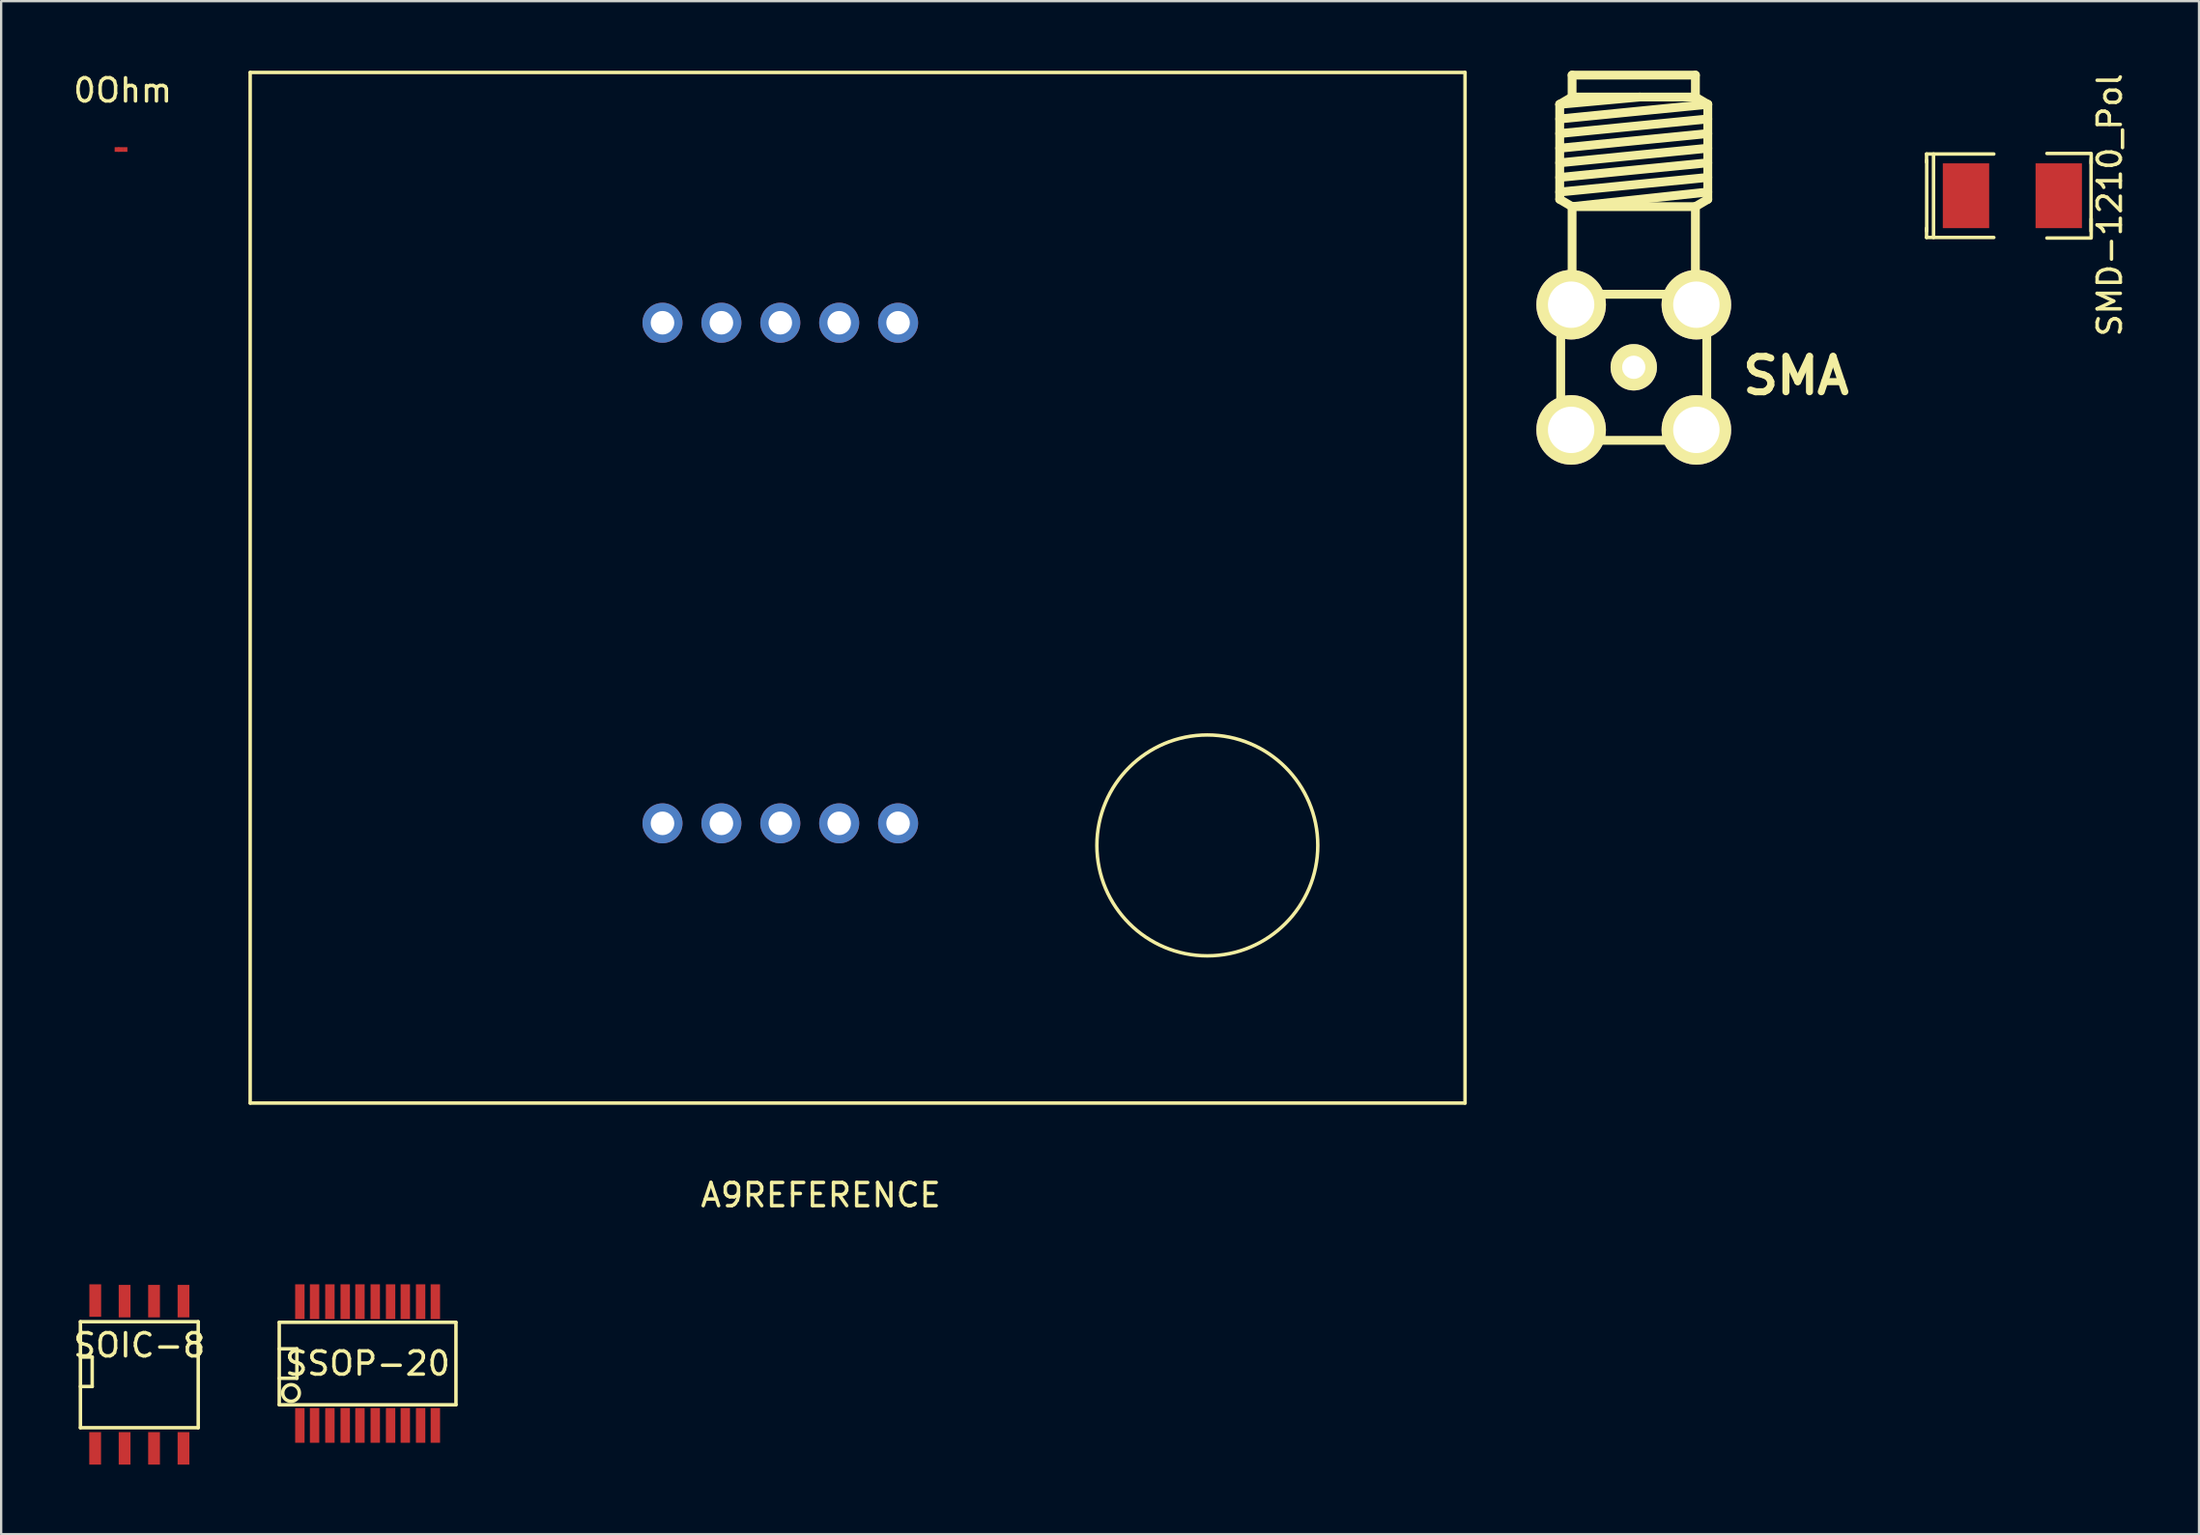
<source format=kicad_pcb>
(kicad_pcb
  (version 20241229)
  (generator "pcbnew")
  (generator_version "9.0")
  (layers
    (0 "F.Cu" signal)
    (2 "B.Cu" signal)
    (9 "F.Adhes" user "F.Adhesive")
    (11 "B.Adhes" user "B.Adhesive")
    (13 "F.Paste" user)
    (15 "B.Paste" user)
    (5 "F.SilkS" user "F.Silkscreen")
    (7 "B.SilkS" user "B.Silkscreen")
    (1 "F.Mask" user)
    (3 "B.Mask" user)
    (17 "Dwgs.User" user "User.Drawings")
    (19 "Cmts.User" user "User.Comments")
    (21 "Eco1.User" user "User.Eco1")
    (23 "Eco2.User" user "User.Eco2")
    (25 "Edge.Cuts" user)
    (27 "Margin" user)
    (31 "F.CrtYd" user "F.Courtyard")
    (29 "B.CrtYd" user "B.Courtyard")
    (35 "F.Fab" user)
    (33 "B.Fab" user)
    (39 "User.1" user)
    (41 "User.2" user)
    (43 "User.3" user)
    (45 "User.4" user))
  (footprint "SMA"
    (layer "F.Cu")
    (at 67.401 12.791)
    (property "Reference" "SMA" (at 6.998 0.365 0) (layer "F.SilkS") (effects (font (size 1.524 1.524) (thickness 0.305))))
    (attr through_hole)
    (fp_line (start -3.193 -11.341) (end -2.659 -11.656) (stroke (width 0.381) (type solid)) (layer "F.SilkS"))
    (fp_line (start -3.193 -11.341) (end 0.267 -11.656) (stroke (width 0.381) (type solid)) (layer "F.SilkS"))
    (fp_line (start -3.193 -10.711) (end 3.193 -11.341) (stroke (width 0.381) (type solid)) (layer "F.SilkS"))
    (fp_line (start -3.193 -10.081) (end 3.193 -10.711) (stroke (width 0.381) (type solid)) (layer "F.SilkS"))
    (fp_line (start -3.193 -9.449) (end 3.193 -10.081) (stroke (width 0.381) (type solid)) (layer "F.SilkS"))
    (fp_line (start -3.193 -8.819) (end 3.193 -9.449) (stroke (width 0.381) (type solid)) (layer "F.SilkS"))
    (fp_line (start -3.193 -8.189) (end 3.193 -8.819) (stroke (width 0.381) (type solid)) (layer "F.SilkS"))
    (fp_line (start -3.193 -7.559) (end 3.193 -8.189) (stroke (width 0.381) (type solid)) (layer "F.SilkS"))
    (fp_line (start -3.193 -7.244) (end -3.193 -11.341) (stroke (width 0.381) (type solid)) (layer "F.SilkS"))
    (fp_line (start -3.15 -3.15) (end 3.15 -3.15) (stroke (width 0.381) (type solid)) (layer "F.SilkS"))
    (fp_line (start -3.15 3.15) (end -3.15 -3.15) (stroke (width 0.381) (type solid)) (layer "F.SilkS"))
    (fp_line (start -2.659 -11.656) (end -2.659 -12.601) (stroke (width 0.381) (type solid)) (layer "F.SilkS"))
    (fp_line (start -2.659 -11.656) (end 2.659 -11.656) (stroke (width 0.381) (type solid)) (layer "F.SilkS"))
    (fp_line (start -2.659 -6.929) (end -3.193 -7.244) (stroke (width 0.381) (type solid)) (layer "F.SilkS"))
    (fp_line (start -2.659 -3.15) (end -2.659 -6.929) (stroke (width 0.381) (type solid)) (layer "F.SilkS"))
    (fp_line (start 2.659 -12.601) (end -2.659 -12.601) (stroke (width 0.381) (type solid)) (layer "F.SilkS"))
    (fp_line (start 2.659 -11.656) (end 2.659 -12.601) (stroke (width 0.381) (type solid)) (layer "F.SilkS"))
    (fp_line (start 2.659 -11.656) (end 3.193 -11.341) (stroke (width 0.381) (type solid)) (layer "F.SilkS"))
    (fp_line (start 2.659 -6.929) (end -2.659 -6.929) (stroke (width 0.381) (type solid)) (layer "F.SilkS"))
    (fp_line (start 2.659 -3.15) (end 2.659 -6.929) (stroke (width 0.381) (type solid)) (layer "F.SilkS"))
    (fp_line (start 3.15 -3.15) (end 3.15 3.15) (stroke (width 0.381) (type solid)) (layer "F.SilkS"))
    (fp_line (start 3.15 3.15) (end -3.15 3.15) (stroke (width 0.381) (type solid)) (layer "F.SilkS"))
    (fp_line (start 3.193 -11.341) (end 3.193 -7.244) (stroke (width 0.381) (type solid)) (layer "F.SilkS"))
    (fp_line (start 3.193 -7.559) (end -2.659 -6.929) (stroke (width 0.381) (type solid)) (layer "F.SilkS"))
    (fp_line (start 3.193 -7.244) (end 2.659 -6.929) (stroke (width 0.381) (type solid)) (layer "F.SilkS"))
    (pad "1" thru_hole circle (at 0 0) (size 1.999 1.999) (drill 1.001) (layers "*.Cu" "*.Mask" "F.SilkS"))
    (pad "2" thru_hole circle (at -2.7 -2.7) (size 3 3) (drill 2) (layers "*.Cu" "*.Mask" "F.SilkS"))
    (pad "3" thru_hole circle (at 2.7 -2.7) (size 3 3) (drill 2) (layers "*.Cu" "*.Mask" "F.SilkS"))
    (pad "4" thru_hole circle (at 2.7 2.7) (size 3 3) (drill 2) (layers "*.Cu" "*.Mask" "F.SilkS"))
    (pad "5" thru_hole circle (at -2.7 2.7) (size 3 3) (drill 2) (layers "*.Cu" "*.Mask" "F.SilkS")))
  (footprint "SOIC-8"
    (layer "F.Cu")
    (at 2.958 56.242)
    (property "Reference" "SOIC-8" (at 0 -1.27 0) (layer "F.SilkS") (effects (font (size 1 1) (thickness 0.15))))
    (attr smd)
    (fp_line (start -2.54 -2.286) (end 2.54 -2.286) (stroke (width 0.15) (type solid)) (layer "F.SilkS"))
    (fp_line (start -2.54 -0.762) (end -2.032 -0.762) (stroke (width 0.15) (type solid)) (layer "F.SilkS"))
    (fp_line (start -2.54 2.286) (end -2.54 -2.286) (stroke (width 0.15) (type solid)) (layer "F.SilkS"))
    (fp_line (start -2.032 -0.762) (end -2.032 0.508) (stroke (width 0.15) (type solid)) (layer "F.SilkS"))
    (fp_line (start -2.032 0.508) (end -2.54 0.508) (stroke (width 0.15) (type solid)) (layer "F.SilkS"))
    (fp_line (start 2.54 -2.286) (end 2.54 2.286) (stroke (width 0.15) (type solid)) (layer "F.SilkS"))
    (fp_line (start 2.54 2.286) (end -2.54 2.286) (stroke (width 0.15) (type solid)) (layer "F.SilkS"))
    (pad "1" smd rect (at -1.905 3.175) (size 0.508 1.4) (layers "F.Cu" "F.Mask" "F.Paste"))
    (pad "2" smd rect (at -0.635 3.175) (size 0.508 1.4) (layers "F.Cu" "F.Mask" "F.Paste"))
    (pad "3" smd rect (at 0.635 3.175) (size 0.508 1.4) (layers "F.Cu" "F.Mask" "F.Paste"))
    (pad "4" smd rect (at 1.905 3.175) (size 0.508 1.4) (layers "F.Cu" "F.Mask" "F.Paste"))
    (pad "5" smd rect (at 1.905 -3.175) (size 0.508 1.4) (layers "F.Cu" "F.Mask" "F.Paste"))
    (pad "6" smd rect (at 0.635 -3.175) (size 0.508 1.4) (layers "F.Cu" "F.Mask" "F.Paste"))
    (pad "7" smd rect (at -0.635 -3.175) (size 0.508 1.4) (layers "F.Cu" "F.Mask" "F.Paste"))
    (pad "8" smd rect (at -1.9 -3.2) (size 0.508 1.4) (layers "F.Cu" "F.Mask" "F.Paste")))
  (footprint "SMD-1210_Pol"
    (layer "F.Cu")
    (at 83.728 5.392)
    (property "Reference" "SMD-1210_Pol" (at 4.2 0.4 270) (layer "F.SilkS") (effects (font (size 1 1) (thickness 0.15))))
    (attr smd)
    (fp_line (start -3.7 -1.8) (end -3.7 -1.45) (stroke (width 0.15) (type solid)) (layer "F.SilkS"))
    (fp_line (start -3.7 -1.8) (end -0.8 -1.8) (stroke (width 0.15) (type solid)) (layer "F.SilkS"))
    (fp_line (start -3.7 1.8) (end -3.7 1.4) (stroke (width 0.15) (type solid)) (layer "F.SilkS"))
    (fp_line (start -3.7 1.8) (end -0.8 1.8) (stroke (width 0.15) (type solid)) (layer "F.SilkS"))
    (fp_line (start -3.694 -1.524) (end -3.694 1.524) (stroke (width 0.15) (type solid)) (layer "F.SilkS"))
    (fp_line (start -3.4 -1.8) (end -3.4 1.8) (stroke (width 0.15) (type solid)) (layer "F.SilkS"))
    (fp_line (start 1.489 1.824) (end 3.394 1.824) (stroke (width 0.15) (type solid)) (layer "F.SilkS"))
    (fp_line (start 3.394 -1.824) (end 1.489 -1.824) (stroke (width 0.15) (type solid)) (layer "F.SilkS"))
    (fp_line (start 3.394 1.524) (end 3.394 -1.524) (stroke (width 0.15) (type solid)) (layer "F.SilkS"))
    (fp_line (start 3.4 -1.6) (end 3.4 -1.8) (stroke (width 0.15) (type solid)) (layer "F.SilkS"))
    (fp_line (start 3.4 -1.4) (end 3.4 -1.6) (stroke (width 0.15) (type solid)) (layer "F.SilkS"))
    (fp_line (start 3.4 1.8) (end 3.4 1) (stroke (width 0.15) (type solid)) (layer "F.SilkS"))
    (pad "1" smd rect (at -2 0) (size 2 2.794) (layers "F.Cu" "F.Mask" "F.Paste"))
    (pad "2" smd rect (at 2 0) (size 2 2.794) (layers "F.Cu" "F.Mask" "F.Paste")))
  (footprint "A9REFERENCE"
    (layer "F.Cu")
    (at 7.738 44.525)
    (property "Reference" "A9REFERENCE" (at 24.606 3.969 180) (layer "F.SilkS") (effects (font (size 1 1) (thickness 0.15))))
    (attr through_hole)
    (fp_line (start 0 -44.45) (end 52.388 -44.45) (stroke (width 0.15) (type solid)) (layer "F.SilkS"))
    (fp_line (start 0 0) (end 0 -44.45) (stroke (width 0.15) (type solid)) (layer "F.SilkS"))
    (fp_line (start 52.388 -44.45) (end 52.388 0) (stroke (width 0.15) (type solid)) (layer "F.SilkS"))
    (fp_line (start 52.388 0) (end 0 0) (stroke (width 0.15) (type solid)) (layer "F.SilkS"))
    (fp_circle (center 41.275 -11.113) (end 46.038 -11.113) (stroke (width 0.15) (type solid)) (fill no) (layer "F.SilkS"))
    (pad "A1" thru_hole circle (at 17.78 -12.065) (size 1.727 1.727) (drill 1.016) (layers "*.Cu" "*.Mask"))
    (pad "A2" thru_hole circle (at 22.86 -12.065) (size 1.727 1.727) (drill 1.016) (layers "*.Cu" "*.Mask"))
    (pad "A3" thru_hole circle (at 25.4 -12.065) (size 1.727 1.727) (drill 1.016) (layers "*.Cu" "*.Mask"))
    (pad "A4" thru_hole circle (at 27.94 -12.065) (size 1.727 1.727) (drill 1.016) (layers "*.Cu" "*.Mask"))
    (pad "B1" thru_hole circle (at 17.78 -33.655) (size 1.727 1.727) (drill 1.016) (layers "*.Cu" "*.Mask"))
    (pad "B2" thru_hole circle (at 20.32 -33.655) (size 1.727 1.727) (drill 1.016) (layers "*.Cu" "*.Mask"))
    (pad "B3" thru_hole circle (at 22.86 -33.655) (size 1.727 1.727) (drill 1.016) (layers "*.Cu" "*.Mask"))
    (pad "B4" thru_hole circle (at 25.4 -33.655) (size 1.727 1.727) (drill 1.016) (layers "*.Cu" "*.Mask"))
    (pad "B5" thru_hole circle (at 27.94 -33.655) (size 1.727 1.727) (drill 1.016) (layers "*.Cu" "*.Mask"))
    (pad "NC" thru_hole circle (at 20.32 -12.065) (size 1.727 1.727) (drill 1.016) (layers "*.Cu" "*.Mask")))
  (footprint "0Ohm"
    (layer "F.Cu")
    (at 2.244 3.348)
    (property "Reference" "0Ohm" (at 0 -2.5 0) (layer "F.SilkS") (effects (font (size 1 1) (thickness 0.15))))
    (attr through_hole)
    (pad "" smd rect (at -0.1 0.05) (size 0.2 0.2) (layers "F.Cu" "F.Mask" "F.Paste"))
    (pad "1" smd rect (at -0.25 0.05) (size 0.2 0.2) (layers "F.Cu" "F.Mask" "F.Paste"))
    (pad "2" smd rect (at 0.1 0.05) (size 0.2 0.2) (layers "F.Cu" "F.Mask" "F.Paste")))
  (footprint "SSOP-20"
    (layer "F.Cu")
    (at 12.802 55.759)
    (property "Reference" "SSOP-20" (at 0 0 0) (layer "F.SilkS") (effects (font (size 1 1) (thickness 0.15))))
    (attr smd)
    (fp_line (start -3.81 -0.635) (end -3.048 -0.635) (stroke (width 0.15) (type solid)) (layer "F.SilkS"))
    (fp_line (start -3.81 1.778) (end -3.81 -1.778) (stroke (width 0.15) (type solid)) (layer "F.SilkS"))
    (fp_line (start -3.81 1.778) (end 3.81 1.778) (stroke (width 0.15) (type solid)) (layer "F.SilkS"))
    (fp_line (start -3.048 -0.635) (end -3.048 0.635) (stroke (width 0.15) (type solid)) (layer "F.SilkS"))
    (fp_line (start -3.048 0.635) (end -3.81 0.635) (stroke (width 0.15) (type solid)) (layer "F.SilkS"))
    (fp_line (start 3.81 -1.778) (end -3.81 -1.778) (stroke (width 0.15) (type solid)) (layer "F.SilkS"))
    (fp_line (start 3.81 -1.778) (end 3.81 1.778) (stroke (width 0.15) (type solid)) (layer "F.SilkS"))
    (fp_circle (center -3.302 1.27) (end -3.556 1.016) (stroke (width 0.15) (type solid)) (fill no) (layer "F.SilkS"))
    (pad "1" smd rect (at -2.921 2.667) (size 0.406 1.5) (layers "F.Cu" "F.Mask" "F.Paste"))
    (pad "2" smd rect (at -2.286 2.667) (size 0.406 1.5) (layers "F.Cu" "F.Mask" "F.Paste"))
    (pad "3" smd rect (at -1.626 2.667) (size 0.406 1.5) (layers "F.Cu" "F.Mask" "F.Paste"))
    (pad "4" smd rect (at -0.965 2.667) (size 0.406 1.5) (layers "F.Cu" "F.Mask" "F.Paste"))
    (pad "5" smd rect (at -0.33 2.667) (size 0.406 1.5) (layers "F.Cu" "F.Mask" "F.Paste"))
    (pad "6" smd rect (at 0.33 2.667) (size 0.406 1.5) (layers "F.Cu" "F.Mask" "F.Paste"))
    (pad "7" smd rect (at 0.991 2.667) (size 0.406 1.5) (layers "F.Cu" "F.Mask" "F.Paste"))
    (pad "8" smd rect (at 1.626 2.667) (size 0.406 1.5) (layers "F.Cu" "F.Mask" "F.Paste"))
    (pad "9" smd rect (at 2.286 2.667) (size 0.406 1.5) (layers "F.Cu" "F.Mask" "F.Paste"))
    (pad "10" smd rect (at 2.921 2.667) (size 0.406 1.5) (layers "F.Cu" "F.Mask" "F.Paste"))
    (pad "11" smd rect (at 2.921 -2.667) (size 0.406 1.5) (layers "F.Cu" "F.Mask" "F.Paste"))
    (pad "12" smd rect (at 2.286 -2.667) (size 0.406 1.5) (layers "F.Cu" "F.Mask" "F.Paste"))
    (pad "13" smd rect (at 1.626 -2.667) (size 0.406 1.5) (layers "F.Cu" "F.Mask" "F.Paste"))
    (pad "14" smd rect (at 0.991 -2.667) (size 0.406 1.5) (layers "F.Cu" "F.Mask" "F.Paste"))
    (pad "15" smd rect (at 0.33 -2.667) (size 0.406 1.5) (layers "F.Cu" "F.Mask" "F.Paste"))
    (pad "16" smd rect (at -0.33 -2.667) (size 0.406 1.5) (layers "F.Cu" "F.Mask" "F.Paste"))
    (pad "17" smd rect (at -0.965 -2.667) (size 0.406 1.5) (layers "F.Cu" "F.Mask" "F.Paste"))
    (pad "18" smd rect (at -1.626 -2.667) (size 0.406 1.5) (layers "F.Cu" "F.Mask" "F.Paste"))
    (pad "19" smd rect (at -2.286 -2.667) (size 0.406 1.5) (layers "F.Cu" "F.Mask" "F.Paste"))
    (pad "20" smd rect (at -2.921 -2.667) (size 0.406 1.5) (layers "F.Cu" "F.Mask" "F.Paste")))
  (gr_rect
    (start -3 -3)
    (end 91.776 63.117)
    (stroke (width 0.1) (type default))
    (fill no)
    (layer "Edge.Cuts")))
</source>
